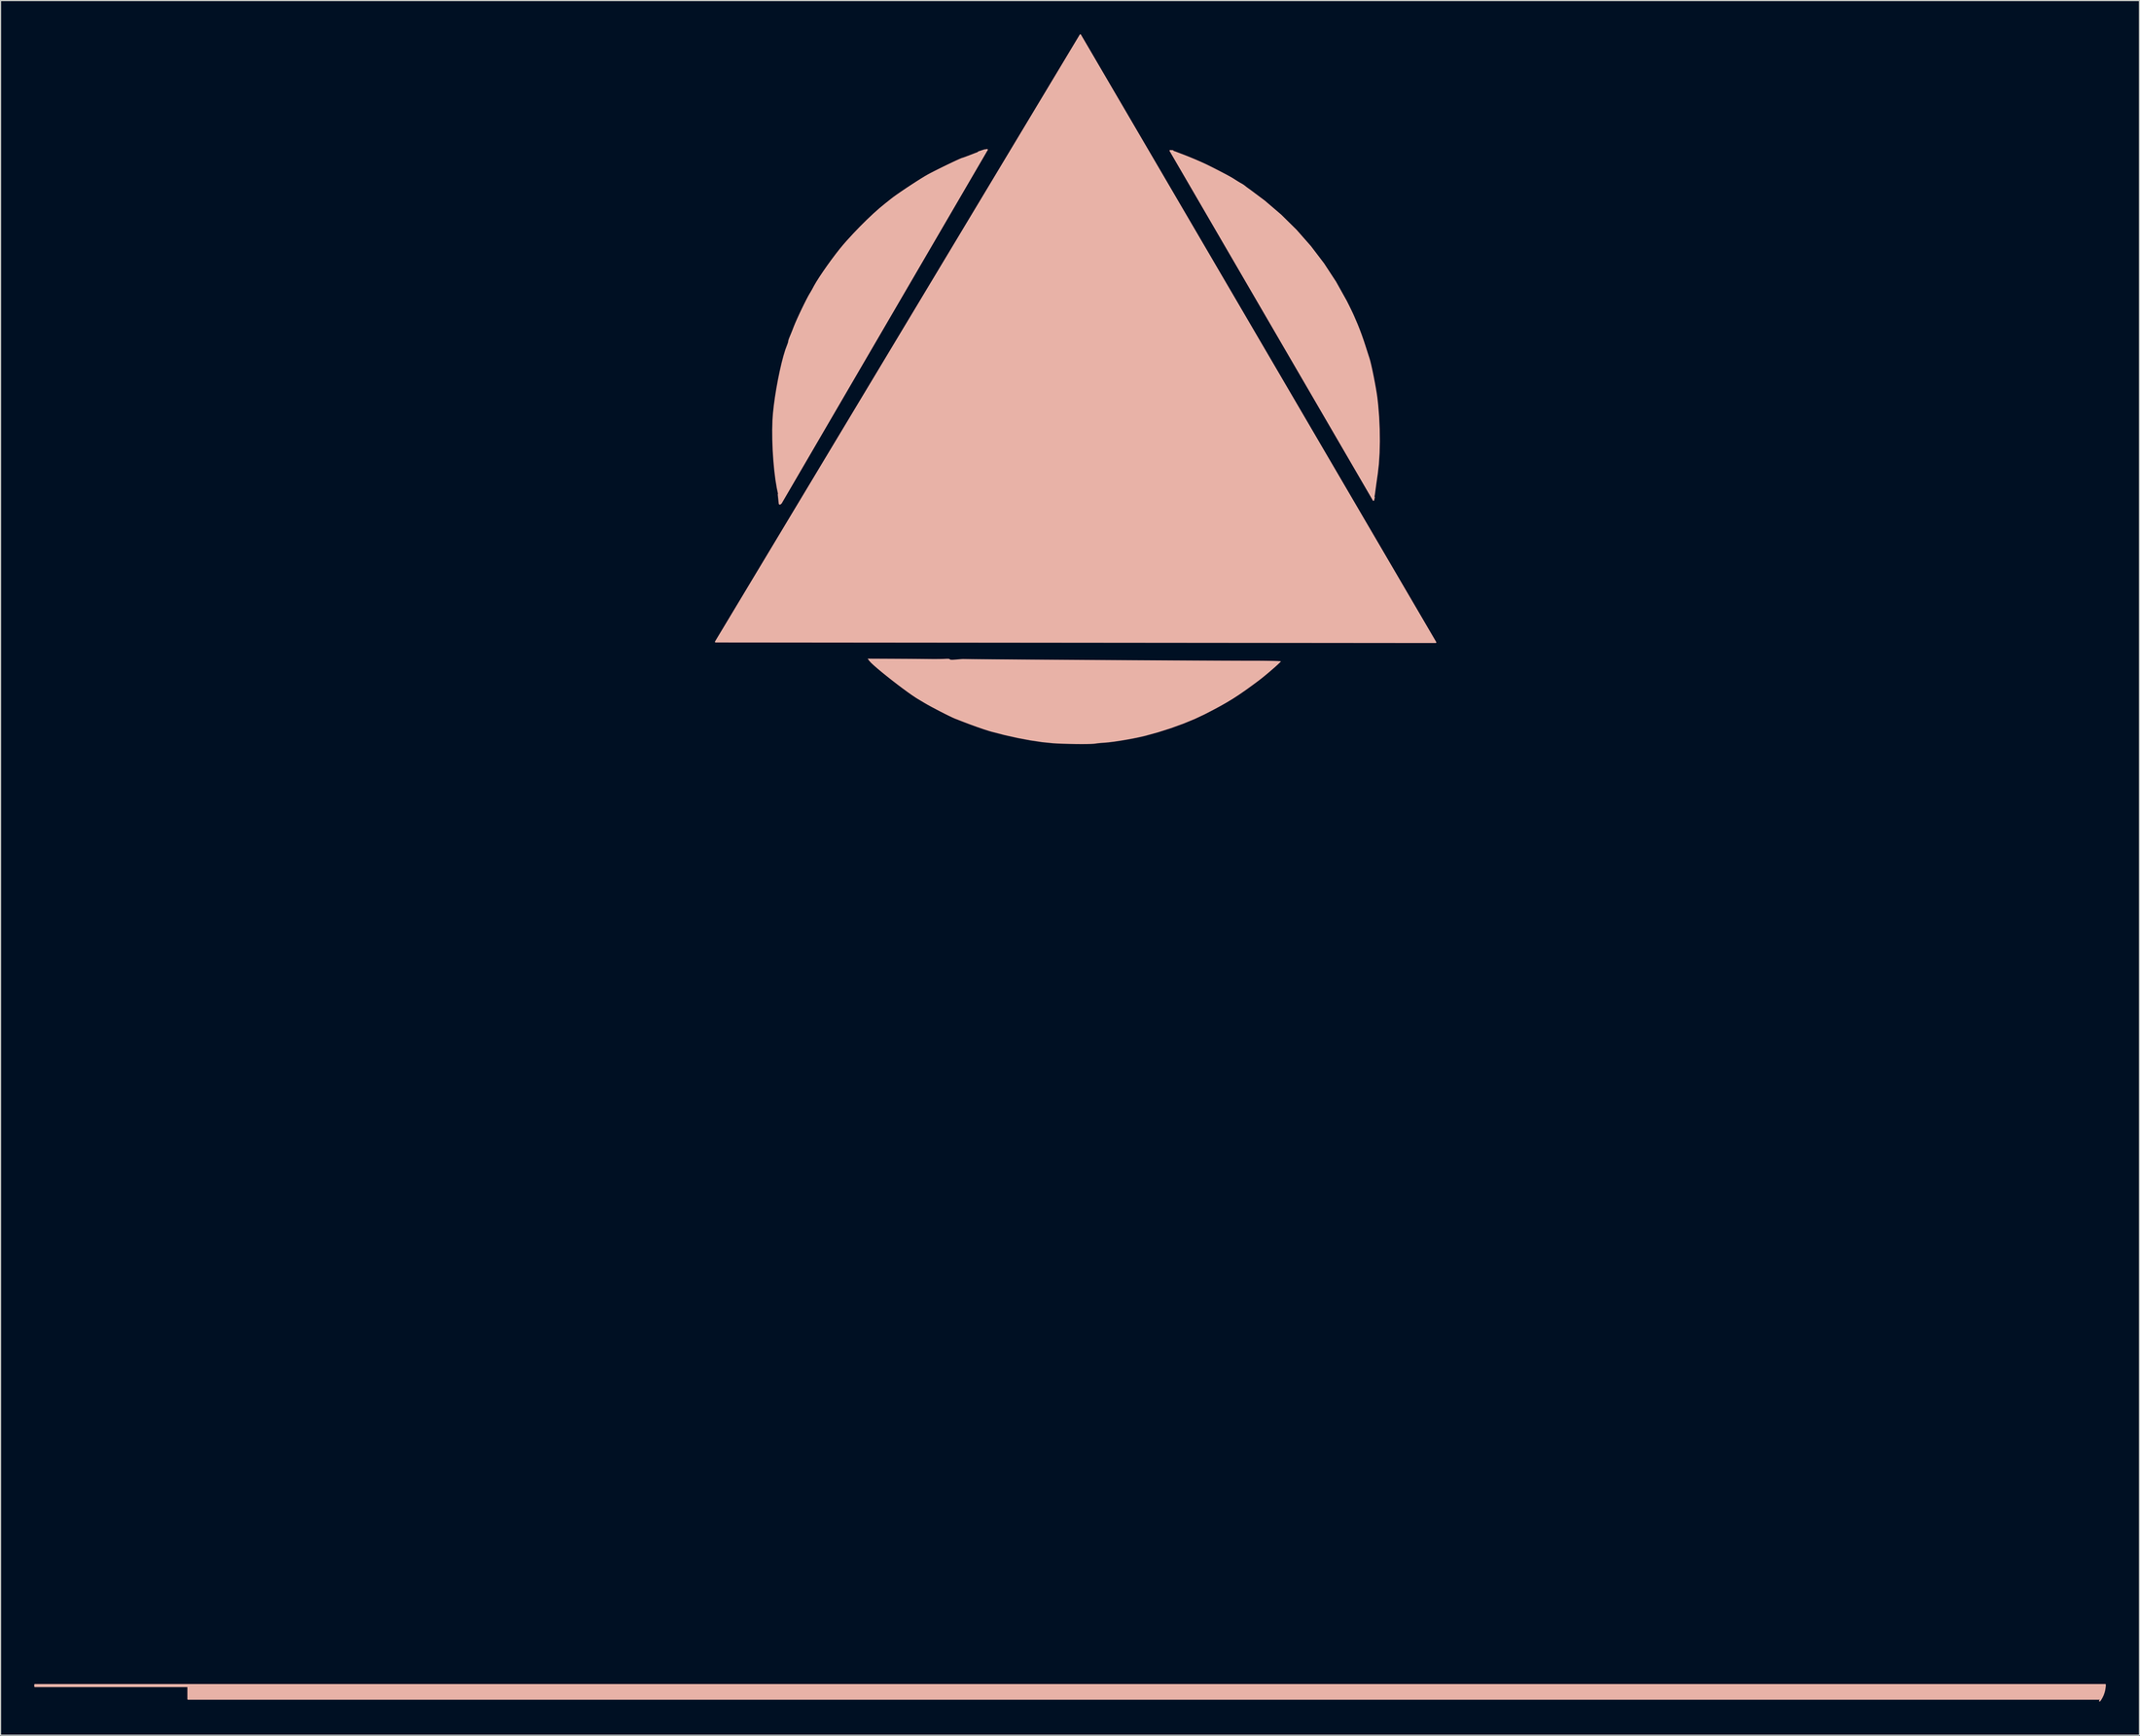
<source format=kicad_pcb>
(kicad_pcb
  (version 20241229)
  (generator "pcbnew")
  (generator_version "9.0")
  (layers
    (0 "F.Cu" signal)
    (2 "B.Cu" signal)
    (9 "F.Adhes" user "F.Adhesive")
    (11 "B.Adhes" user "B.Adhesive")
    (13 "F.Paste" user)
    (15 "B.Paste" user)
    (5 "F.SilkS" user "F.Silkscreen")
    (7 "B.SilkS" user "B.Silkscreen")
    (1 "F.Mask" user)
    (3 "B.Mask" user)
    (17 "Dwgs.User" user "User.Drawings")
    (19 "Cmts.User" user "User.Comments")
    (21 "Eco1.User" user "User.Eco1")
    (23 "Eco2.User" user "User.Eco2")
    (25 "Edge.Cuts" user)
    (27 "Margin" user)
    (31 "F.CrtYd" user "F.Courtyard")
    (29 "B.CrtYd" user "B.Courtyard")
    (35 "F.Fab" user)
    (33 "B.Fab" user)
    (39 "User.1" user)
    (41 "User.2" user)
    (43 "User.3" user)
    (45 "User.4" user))
  (footprint "Eye 2"
    (layer "F.Cu")
    (at 92.758 32.74)
    (property "Reference" "Eye 2" (at 0 0 0) (layer "B.SilkS") (effects (font (size 1.524 1.524) (thickness 0.3)) (justify mirror)))
    (attr board_only exclude_from_pos_files exclude_from_bom)
    (fp_rect (start 91.27 114.45) (end -79.06 115.58) (stroke (width 0.12) (type solid)) (fill yes) (layer "B.SilkS"))
    (fp_rect (start 91.36 114.9) (end 91.28 115.4) (stroke (width 0.12) (type solid)) (fill no) (layer "B.SilkS"))
    (fp_rect (start 91.47 115.03) (end 91.38 115.21) (stroke (width 0.12) (type solid)) (fill no) (layer "B.SilkS"))
    (fp_rect (start 91.55 114.71) (end 91.38 114.76) (stroke (width 0.12) (type solid)) (fill no) (layer "B.SilkS"))
    (fp_rect (start 91.55 114.88) (end 91.41 114.98) (stroke (width 0.12) (type solid)) (fill no) (layer "B.SilkS"))
    (fp_rect (start 91.59 114.68) (end 91.3 114.85) (stroke (width 0.12) (type solid)) (fill no) (layer "B.SilkS"))
    (fp_rect (start 91.63 114.5) (end 91.23 114.65) (stroke (width 0.12) (type solid)) (fill yes) (layer "B.SilkS"))
    (fp_rect (start 91.66 114.3) (end -92.698 114.455) (stroke (width 0.12) (type solid)) (fill yes) (layer "B.SilkS"))
    (fp_arc (start 91.658876 114.3) (mid 91.536018 115.058769) (end 91.18 115.74) (stroke (width 0.12) (type solid)) (layer "B.SilkS"))
    (fp_poly (pts (xy 0.402 -32.68) (xy -32.08 21.39) (xy 32.044 21.438)) (stroke (width 0.12) (type solid)) (fill yes) (layer "B.SilkS"))
    (fp_poly (pts (xy -17.216 -7.02) (xy -17.18 -6.985) (xy -17.145 -7.02) (xy -17.18 -7.056)) (stroke (width 0) (type solid)) (fill yes) (layer "B.SilkS"))
    (fp_poly (pts (xy -13.547 10.76) (xy -13.511 10.795) (xy -13.476 10.76) (xy -13.511 10.724)) (stroke (width 0) (type solid)) (fill yes) (layer "B.SilkS"))
    (fp_poly (pts (xy 26.566 8.528) (xy 26.506 8.772) (xy 8.4 -22.364) (xy 8.64 -22.35)) (stroke (width 0.12) (type solid)) (fill yes) (layer "B.SilkS"))
    (fp_poly (pts (xy -8.152 -22.414) (xy -7.898 -22.452) (xy -26.244 9.026) (xy -26.352 9.114) (xy -26.398 9.09) (xy -26.486 8.258) (xy -8.662 -22.244)) (stroke (width 0.12) (type solid)) (fill yes) (layer "B.SilkS"))
    (fp_poly (pts (xy -13.664 10.485) (xy -13.652 10.513) (xy -13.589 10.58) (xy -13.578 10.583) (xy -13.547 10.529) (xy -13.547 10.513) (xy -13.601 10.445) (xy -13.621 10.442)) (stroke (width 0) (type solid)) (fill yes) (layer "B.SilkS"))
    (fp_poly (pts (xy 27.084 13.613) (xy 26.998 13.736) (xy 26.894 13.967) (xy 26.884 13.992) (xy 26.437 15.058) (xy 25.901 16.177) (xy 25.293 17.315) (xy 24.635 18.437) (xy 23.946 19.508) (xy 23.246 20.492) (xy 23.108 20.673) (xy 22.961 20.868) (xy 22.843 21.029) (xy 22.798 21.096) (xy 22.797 21.118) (xy 22.829 21.137) (xy 22.904 21.153) (xy 23.032 21.166) (xy 23.223 21.177) (xy 23.488 21.185) (xy 23.836 21.191) (xy 24.276 21.196) (xy 24.82 21.199) (xy 25.477 21.201) (xy 26.256 21.202) (xy 26.994 21.202) (xy 27.77 21.202) (xy 28.498 21.199) (xy 29.166 21.194) (xy 29.761 21.188) (xy 30.274 21.181) (xy 30.691 21.172) (xy 31.002 21.163) (xy 31.194 21.152) (xy 31.256 21.141) (xy 31.223 21.041) (xy 31.138 20.861) (xy 31.021 20.64) (xy 30.896 20.418) (xy 30.782 20.236) (xy 30.747 20.187) (xy 30.655 20.032) (xy 30.621 19.918) (xy 30.581 19.799) (xy 30.483 19.633) (xy 30.453 19.592) (xy 30.353 19.443) (xy 30.204 19.204) (xy 30.028 18.907) (xy 29.846 18.591) (xy 29.663 18.269) (xy 29.492 17.968) (xy 29.352 17.723) (xy 29.264 17.568) (xy 28.798 16.754) (xy 28.399 16.054) (xy 28.064 15.461) (xy 27.789 14.969) (xy 27.569 14.568) (xy 27.401 14.254) (xy 27.281 14.018) (xy 27.205 13.852) (xy 27.168 13.751) (xy 27.164 13.721) (xy 27.142 13.605)) (stroke (width 0) (type solid)) (fill yes) (layer "B.SilkS"))
    (fp_poly (pts (xy -9.569 -2.81) (xy -9.908 -2.661) (xy -9.95 -2.641) (xy -10.487 -2.36) (xy -10.993 -2.039) (xy -11.481 -1.667) (xy -11.962 -1.231) (xy -12.451 -0.719) (xy -12.959 -0.117) (xy -13.5 0.586) (xy -14.086 1.404) (xy -14.146 1.491) (xy -14.355 1.783) (xy -14.58 2.085) (xy -14.777 2.337) (xy -14.799 2.365) (xy -14.981 2.595) (xy -15.073 2.736) (xy -15.077 2.803) (xy -15 2.81) (xy -14.931 2.795) (xy -14.754 2.801) (xy -14.68 2.853) (xy -14.561 2.927) (xy -14.367 2.989) (xy -14.301 3.002) (xy -14.074 3.052) (xy -13.785 3.133) (xy -13.547 3.21) (xy -13.227 3.305) (xy -12.856 3.395) (xy -12.559 3.452) (xy -12.268 3.503) (xy -12.005 3.559) (xy -11.824 3.608) (xy -11.818 3.61) (xy -11.588 3.674) (xy -11.395 3.706) (xy -11.236 3.724) (xy -10.979 3.759) (xy -10.664 3.804) (xy -10.442 3.837) (xy -10.202 3.868) (xy -9.862 3.907) (xy -9.451 3.95) (xy -8.996 3.994) (xy -8.522 4.038) (xy -8.059 4.079) (xy -7.632 4.115) (xy -7.269 4.142) (xy -6.997 4.159) (xy -6.862 4.163) (xy -6.78 4.118) (xy -6.773 4.092) (xy -6.83 4.028) (xy -6.872 4.022) (xy -7.023 3.981) (xy -7.253 3.873) (xy -7.527 3.717) (xy -7.813 3.532) (xy -8.077 3.337) (xy -8.161 3.268) (xy -8.59 2.832) (xy -8.993 2.292) (xy -9.349 1.685) (xy -9.634 1.048) (xy -9.78 0.6) (xy -9.831 0.336) (xy -9.87 -0.013) (xy -9.894 -0.404) (xy -9.902 -0.792) (xy -9.893 -1.134) (xy -9.864 -1.386) (xy -9.858 -1.411) (xy -9.789 -1.656) (xy -9.699 -1.925) (xy -9.611 -2.151) (xy -9.586 -2.204) (xy -9.534 -2.344) (xy -9.525 -2.401) (xy -9.481 -2.502) (xy -9.384 -2.627) (xy -9.254 -2.79) (xy -9.242 -2.874) (xy -9.347 -2.881)) (stroke (width 0) (type solid)) (fill yes) (layer "B.SilkS"))
    (fp_poly (pts (xy 0.333 -32.396) (xy 0.214 -32.24) (xy 0.056 -32.012) (xy -0.125 -31.736) (xy -0.314 -31.435) (xy -0.493 -31.134) (xy -0.648 -30.859) (xy -0.661 -30.835) (xy -0.777 -30.631) (xy -0.929 -30.38) (xy -1.022 -30.233) (xy -1.114 -30.087) (xy -1.264 -29.844) (xy -1.458 -29.528) (xy -1.681 -29.162) (xy -1.919 -28.77) (xy -2.157 -28.377) (xy -2.381 -28.006) (xy -2.577 -27.68) (xy -2.73 -27.424) (xy -2.789 -27.323) (xy -2.864 -27.204) (xy -2.991 -27.009) (xy -3.142 -26.783) (xy -3.309 -26.529) (xy -3.465 -26.281) (xy -3.566 -26.112) (xy -3.694 -25.885) (xy -3.839 -25.629) (xy -3.878 -25.56) (xy -3.983 -25.34) (xy -3.991 -25.222) (xy -3.901 -25.202) (xy -3.772 -25.247) (xy -3.557 -25.312) (xy -3.395 -25.329) (xy -3.238 -25.342) (xy -3.159 -25.369) (xy -3.066 -25.394) (xy -2.851 -25.418) (xy -2.533 -25.439) (xy -2.133 -25.457) (xy -1.67 -25.473) (xy -1.163 -25.485) (xy -0.631 -25.494) (xy -0.095 -25.499) (xy 0.427 -25.5) (xy 0.915 -25.496) (xy 1.35 -25.487) (xy 1.712 -25.473) (xy 1.92 -25.459) (xy 2.299 -25.427) (xy 2.681 -25.398) (xy 3.012 -25.375) (xy 3.175 -25.365) (xy 3.609 -25.331) (xy 3.979 -25.283) (xy 4.257 -25.226) (xy 4.388 -25.179) (xy 4.51 -25.157) (xy 4.549 -25.186) (xy 4.546 -25.297) (xy 4.472 -25.486) (xy 4.343 -25.72) (xy 4.2 -25.929) (xy 4.07 -26.125) (xy 3.881 -26.437) (xy 3.641 -26.855) (xy 3.354 -27.369) (xy 3.138 -27.764) (xy 2.965 -28.073) (xy 2.775 -28.4) (xy 2.617 -28.662) (xy 2.434 -28.953) (xy 2.231 -29.278) (xy 2.103 -29.482) (xy 1.936 -29.759) (xy 1.744 -30.091) (xy 1.569 -30.408) (xy 1.563 -30.419) (xy 1.385 -30.743) (xy 1.178 -31.115) (xy 0.984 -31.458) (xy 0.966 -31.489) (xy 0.812 -31.763) (xy 0.676 -32.016) (xy 0.582 -32.205) (xy 0.563 -32.247) (xy 0.481 -32.391) (xy 0.4 -32.453) (xy 0.397 -32.453)) (stroke (width 0) (type solid)) (fill yes) (layer "B.SilkS"))
    (fp_poly (pts (xy -26.961 13.782) (xy -26.976 13.807) (xy -27.052 13.928) (xy -27.087 13.97) (xy -27.166 14.069) (xy -27.29 14.274) (xy -27.467 14.596) (xy -27.51 14.676) (xy -27.644 14.91) (xy -27.776 15.112) (xy -27.854 15.21) (xy -27.97 15.364) (xy -28.097 15.579) (xy -28.142 15.669) (xy -28.265 15.908) (xy -28.394 16.132) (xy -28.433 16.192) (xy -28.542 16.365) (xy -28.618 16.502) (xy -28.621 16.51) (xy -28.684 16.626) (xy -28.798 16.823) (xy -28.942 17.065) (xy -29.094 17.312) (xy -29.192 17.467) (xy -29.278 17.608) (xy -29.397 17.813) (xy -29.458 17.921) (xy -29.594 18.156) (xy -29.727 18.378) (xy -29.772 18.45) (xy -29.863 18.595) (xy -29.953 18.746) (xy -30.06 18.935) (xy -30.202 19.195) (xy -30.334 19.438) (xy -30.483 19.709) (xy -30.635 19.977) (xy -30.733 20.144) (xy -30.929 20.493) (xy -31.066 20.787) (xy -31.126 20.973) (xy -31.125 21) (xy -31.103 21.023) (xy -31.049 21.042) (xy -30.954 21.058) (xy -30.806 21.072) (xy -30.594 21.083) (xy -30.308 21.093) (xy -29.937 21.102) (xy -29.47 21.109) (xy -28.897 21.117) (xy -28.207 21.124) (xy -27.389 21.132) (xy -27.164 21.134) (xy -26.419 21.141) (xy -25.709 21.149) (xy -25.05 21.157) (xy -24.454 21.166) (xy -23.935 21.175) (xy -23.507 21.184) (xy -23.183 21.192) (xy -22.978 21.2) (xy -22.913 21.204) (xy -22.744 21.212) (xy -22.653 21.189) (xy -22.648 21.178) (xy -22.688 21.097) (xy -22.794 20.934) (xy -22.947 20.719) (xy -23.012 20.63) (xy -23.196 20.38) (xy -23.4 20.098) (xy -23.606 19.807) (xy -23.798 19.532) (xy -23.961 19.294) (xy -24.076 19.119) (xy -24.129 19.03) (xy -24.13 19.025) (xy -24.166 18.958) (xy -24.262 18.802) (xy -24.401 18.585) (xy -24.471 18.478) (xy -24.813 17.923) (xy -25.187 17.263) (xy -25.579 16.525) (xy -25.974 15.737) (xy -26.359 14.927) (xy -26.718 14.123) (xy -26.777 13.984) (xy -26.859 13.807) (xy -26.914 13.746)) (stroke (width 0) (type solid)) (fill yes) (layer "B.SilkS"))
    (fp_poly (pts (xy -0.841 -3.143) (xy -0.838 -3.069) (xy -0.782 -2.903) (xy -0.684 -2.679) (xy -0.665 -2.639) (xy -0.451 -2.136) (xy -0.311 -1.638) (xy -0.232 -1.097) (xy -0.207 -0.477) (xy -0.216 -0.014) (xy -0.249 0.36) (xy -0.313 0.698) (xy -0.352 0.847) (xy -0.455 1.17) (xy -0.586 1.515) (xy -0.727 1.841) (xy -0.859 2.103) (xy -0.934 2.223) (xy -1.238 2.618) (xy -1.494 2.918) (xy -1.728 3.15) (xy -1.924 3.311) (xy -2.141 3.481) (xy -2.333 3.637) (xy -2.437 3.73) (xy -2.618 3.856) (xy -2.772 3.918) (xy -2.911 3.973) (xy -2.963 4.029) (xy -2.938 4.081) (xy -2.841 4.071) (xy -2.685 4.014) (xy -2.506 3.965) (xy -2.268 3.926) (xy -2.191 3.918) (xy -1.911 3.886) (xy -1.565 3.835) (xy -1.195 3.774) (xy -0.844 3.708) (xy -0.558 3.647) (xy -0.41 3.608) (xy -0.227 3.559) (xy 0.04 3.496) (xy 0.341 3.431) (xy 0.388 3.421) (xy 0.668 3.36) (xy 0.905 3.299) (xy 1.055 3.25) (xy 1.074 3.242) (xy 1.221 3.182) (xy 1.427 3.119) (xy 1.462 3.11) (xy 1.652 3.055) (xy 1.924 2.966) (xy 2.23 2.859) (xy 2.328 2.823) (xy 2.619 2.717) (xy 2.878 2.624) (xy 3.063 2.56) (xy 3.105 2.546) (xy 3.383 2.437) (xy 3.739 2.27) (xy 4.145 2.06) (xy 4.362 1.94) (xy -0.635 1.94) (xy -0.67 1.976) (xy -0.706 1.94) (xy -0.67 1.905) (xy -0.635 1.94) (xy 4.362 1.94) (xy 4.576 1.822) (xy 5.005 1.57) (xy 5.407 1.322) (xy 5.754 1.091) (xy 6.022 0.893) (xy 6.159 0.769) (xy 6.319 0.625) (xy 6.459 0.521) (xy 6.584 0.411) (xy 6.632 0.32) (xy 6.58 0.232) (xy 6.439 0.079) (xy 6.233 -0.12) (xy 5.985 -0.343) (xy 5.719 -0.571) (xy 5.458 -0.784) (xy 5.226 -0.961) (xy 5.046 -1.083) (xy 4.942 -1.129) (xy 4.942 -1.129) (xy 4.871 -1.182) (xy 4.868 -1.202) (xy 4.811 -1.285) (xy 4.745 -1.322) (xy 4.614 -1.389) (xy 4.425 -1.503) (xy 4.339 -1.56) (xy 3.952 -1.786) (xy 3.457 -2.024) (xy 2.887 -2.261) (xy 2.273 -2.486) (xy 1.646 -2.686) (xy 1.04 -2.851) (xy 0.494 -2.966) (xy -0.031 -3.055) (xy -0.422 -3.115) (xy -0.684 -3.146) (xy -0.821 -3.149)) (stroke (width 0) (type solid)) (fill yes) (layer "B.SilkS"))
    (fp_poly (pts (xy -18.369 23.114) (xy -18.223 23.273) (xy -17.979 23.5) (xy -17.655 23.782) (xy -17.269 24.104) (xy -16.836 24.454) (xy -16.376 24.818) (xy -15.904 25.182) (xy -15.439 25.533) (xy -14.999 25.856) (xy -14.599 26.139) (xy -14.258 26.368) (xy -14.076 26.481) (xy -13.829 26.628) (xy -13.617 26.754) (xy -13.481 26.836) (xy -13.464 26.846) (xy -13.217 26.989) (xy -12.886 27.171) (xy -12.5 27.376) (xy -12.09 27.59) (xy -11.684 27.797) (xy -11.313 27.982) (xy -11.005 28.13) (xy -10.791 28.225) (xy -10.786 28.227) (xy -10.096 28.498) (xy -9.421 28.754) (xy -8.786 28.984) (xy -8.217 29.18) (xy -7.737 29.334) (xy -7.514 29.398) (xy -6.331 29.704) (xy -5.169 29.963) (xy -4.053 30.173) (xy -3.004 30.329) (xy -2.048 30.426) (xy -1.693 30.448) (xy -1.138 30.471) (xy -0.573 30.487) (xy -0.02 30.498) (xy 0.497 30.502) (xy 0.955 30.499) (xy 1.331 30.49) (xy 1.603 30.475) (xy 1.706 30.462) (xy 1.935 30.431) (xy 2.238 30.401) (xy 2.54 30.38) (xy 2.922 30.346) (xy 3.406 30.286) (xy 3.958 30.203) (xy 4.543 30.105) (xy 5.126 29.997) (xy 5.674 29.884) (xy 6.151 29.774) (xy 6.174 29.768) (xy 7.329 29.449) (xy 8.473 29.085) (xy 9.574 28.685) (xy 10.598 28.263) (xy 11.501 27.836) (xy 12.239 27.454) (xy 12.884 27.107) (xy 13.464 26.776) (xy 14.011 26.444) (xy 14.553 26.09) (xy 15.122 25.697) (xy 15.747 25.245) (xy 16.244 24.876) (xy 16.497 24.681) (xy 16.79 24.445) (xy 17.102 24.186) (xy 17.413 23.92) (xy 17.704 23.667) (xy 17.953 23.442) (xy 18.141 23.264) (xy 18.247 23.151) (xy 18.262 23.128) (xy 18.2 23.115) (xy 18.011 23.104) (xy 17.712 23.093) (xy 17.316 23.085) (xy 16.84 23.079) (xy 16.298 23.075) (xy 15.705 23.074) (xy 15.581 23.074) (xy 15.18 23.074) (xy 14.666 23.073) (xy 14.048 23.071) (xy 13.334 23.069) (xy 12.534 23.066) (xy 11.655 23.062) (xy 10.708 23.058) (xy 9.7 23.053) (xy 8.64 23.048) (xy 7.538 23.042) (xy 6.401 23.036) (xy 5.239 23.03) (xy 4.06 23.023) (xy 2.874 23.016) (xy 1.689 23.009) (xy 0.513 23.002) (xy -0.645 22.995) (xy -1.775 22.988) (xy -2.869 22.981) (xy -3.918 22.974) (xy -4.914 22.967) (xy -5.847 22.96) (xy -6.709 22.954) (xy -7.492 22.948) (xy -8.186 22.942) (xy -8.782 22.937) (xy -9.273 22.932) (xy -9.648 22.927) (xy -9.9 22.924) (xy -10.019 22.921) (xy -10.137 22.924) (xy -10.352 22.94) (xy -10.622 22.964) (xy -10.672 22.968) (xy -10.989 22.99) (xy -11.17 22.981) (xy -11.218 22.948) (xy -11.284 22.908) (xy -11.467 22.898) (xy -11.589 22.905) (xy -11.797 22.915) (xy -12.108 22.921) (xy -12.483 22.924) (xy -12.885 22.923) (xy -12.982 22.922) (xy -13.318 22.919) (xy -13.767 22.915) (xy -14.3 22.911) (xy -14.89 22.907) (xy -15.507 22.904) (xy -16.123 22.901) (xy -16.272 22.9) (xy -18.54 22.891)) (stroke (width 0) (type solid)) (fill yes) (layer "B.SilkS"))
    (fp_poly (pts (xy -20.766 3.881) (xy -21.045 3.889) (xy -21.218 3.904) (xy -21.262 3.916) (xy -21.346 4.016) (xy -21.46 4.198) (xy -21.538 4.342) (xy -21.644 4.542) (xy -21.802 4.825) (xy -21.989 5.155) (xy -22.186 5.495) (xy -22.193 5.506) (xy -22.389 5.841) (xy -22.576 6.163) (xy -22.734 6.436) (xy -22.843 6.626) (xy -22.846 6.632) (xy -22.95 6.814) (xy -23.104 7.083) (xy -23.29 7.406) (xy -23.488 7.747) (xy -23.517 7.796) (xy -23.709 8.128) (xy -23.886 8.437) (xy -24.031 8.691) (xy -24.126 8.86) (xy -24.137 8.881) (xy -24.248 9.071) (xy -24.352 9.221) (xy -24.363 9.234) (xy -24.466 9.387) (xy -24.504 9.469) (xy -24.553 9.57) (xy -24.659 9.769) (xy -24.809 10.04) (xy -24.989 10.359) (xy -25.079 10.516) (xy -25.265 10.845) (xy -25.422 11.134) (xy -25.539 11.359) (xy -25.603 11.498) (xy -25.612 11.527) (xy -25.587 11.635) (xy -25.52 11.846) (xy -25.42 12.133) (xy -25.299 12.468) (xy -25.166 12.824) (xy -25.031 13.173) (xy -24.905 13.487) (xy -24.799 13.739) (xy -24.736 13.874) (xy -24.637 14.079) (xy -24.571 14.229) (xy -24.553 14.283) (xy -24.523 14.368) (xy -24.439 14.555) (xy -24.313 14.822) (xy -24.156 15.146) (xy -23.979 15.506) (xy -23.793 15.877) (xy -23.611 16.237) (xy -23.442 16.565) (xy -23.298 16.836) (xy -23.244 16.933) (xy -22.954 17.435) (xy -22.636 17.954) (xy -22.299 18.479) (xy -21.953 18.995) (xy -21.608 19.489) (xy -21.272 19.949) (xy -20.957 20.361) (xy -20.672 20.712) (xy -20.425 20.989) (xy -20.228 21.179) (xy -20.09 21.268) (xy -20.044 21.271) (xy -19.953 21.262) (xy -19.735 21.255) (xy -19.406 21.249) (xy -18.981 21.243) (xy -18.474 21.239) (xy -17.9 21.236) (xy -17.274 21.233) (xy -16.611 21.232) (xy -15.926 21.232) (xy -15.234 21.232) (xy -14.549 21.234) (xy -13.886 21.236) (xy -13.261 21.24) (xy -12.687 21.244) (xy -12.181 21.249) (xy -11.756 21.255) (xy -11.428 21.262) (xy -11.212 21.27) (xy -11.122 21.279) (xy -11.003 21.265) (xy -10.963 21.206) (xy -10.951 21.077) (xy -10.961 20.815) (xy -10.992 20.426) (xy -11.044 19.914) (xy -11.116 19.286) (xy -11.158 18.944) (xy -11.197 18.671) (xy -11.254 18.325) (xy -11.324 17.934) (xy -11.402 17.525) (xy -11.481 17.125) (xy -11.557 16.76) (xy -11.625 16.459) (xy -11.678 16.248) (xy -11.707 16.161) (xy -11.752 16.026) (xy -11.798 15.818) (xy -11.811 15.739) (xy -11.883 15.406) (xy -12.007 14.971) (xy -12.175 14.461) (xy -12.376 13.901) (xy -12.603 13.317) (xy -12.844 12.733) (xy -13.091 12.176) (xy -13.268 11.802) (xy -13.46 11.407) (xy -13.628 11.05) (xy -13.764 10.752) (xy -13.857 10.535) (xy -13.898 10.42) (xy -13.899 10.411) (xy -13.833 10.279) (xy -13.651 10.166) (xy -13.377 10.085) (xy -13.253 10.065) (xy -12.812 9.947) (xy -12.445 9.709) (xy -12.261 9.515) (xy -12.156 9.365) (xy -12.083 9.195) (xy -12.028 8.966) (xy -11.979 8.638) (xy -11.977 8.619) (xy -11.937 8.096) (xy -11.968 7.631) (xy -12.076 7.175) (xy -12.272 6.681) (xy -12.352 6.51) (xy -12.518 6.194) (xy -12.679 5.953) (xy -12.877 5.736) (xy -13.144 5.498) (xy -13.519 5.218) (xy -13.966 4.942) (xy -14.44 4.694) (xy -14.895 4.498) (xy -15.24 4.388) (xy -15.736 4.268) (xy -16.13 4.179) (xy -16.455 4.112) (xy -16.747 4.06) (xy -17.039 4.017) (xy -17.044 4.016) (xy -17.306 3.989) (xy -17.656 3.963) (xy -18.073 3.94) (xy -18.535 3.92) (xy -19.021 3.903) (xy -19.508 3.89) (xy -19.976 3.882) (xy -20.403 3.878)) (stroke (width 0) (type solid)) (fill yes) (layer "B.SilkS"))
    (fp_poly (pts (xy -8.485 6.84) (xy -8.495 7.028) (xy -8.504 7.314) (xy -8.512 7.678) (xy -8.518 8.1) (xy -8.519 8.202) (xy -8.531 8.986) (xy -8.553 9.634) (xy -8.587 10.149) (xy -8.633 10.537) (xy -8.691 10.801) (xy -8.761 10.947) (xy -8.789 10.97) (xy -9.117 11.229) (xy -9.415 11.599) (xy -9.664 12.049) (xy -9.85 12.552) (xy -9.951 13.036) (xy -9.972 13.353) (xy -9.974 13.77) (xy -9.958 14.249) (xy -9.926 14.751) (xy -9.88 15.237) (xy -9.822 15.668) (xy -9.811 15.73) (xy -9.696 16.494) (xy -9.601 17.321) (xy -9.529 18.168) (xy -9.484 18.99) (xy -9.468 19.743) (xy -9.473 20.091) (xy -9.485 20.533) (xy -9.49 20.853) (xy -9.486 21.071) (xy -9.474 21.207) (xy -9.45 21.278) (xy -9.414 21.305) (xy -9.387 21.308) (xy -9.265 21.291) (xy -9.233 21.274) (xy -9.16 21.271) (xy -8.953 21.268) (xy -8.617 21.264) (xy -8.161 21.261) (xy -7.589 21.258) (xy -6.909 21.255) (xy -6.128 21.252) (xy -5.251 21.249) (xy -4.286 21.246) (xy -3.239 21.244) (xy -2.116 21.242) (xy -0.925 21.239) (xy 0.329 21.237) (xy 1.638 21.236) (xy 2.997 21.234) (xy 4.398 21.233) (xy 5.48 21.232) (xy 20.16 21.224) (xy 20.787 20.48) (xy 21.072 20.14) (xy 21.3 19.86) (xy 21.499 19.604) (xy 21.698 19.334) (xy 21.925 19.013) (xy 22.148 18.69) (xy 22.333 18.428) (xy 22.518 18.171) (xy 22.664 17.976) (xy 22.666 17.974) (xy 22.783 17.807) (xy 22.804 17.725) (xy 22.765 17.709) (xy 22.627 17.756) (xy 22.561 17.807) (xy 22.409 17.921) (xy 22.193 18.041) (xy 21.966 18.143) (xy 21.783 18.199) (xy 21.741 18.203) (xy 21.61 18.248) (xy 21.567 18.302) (xy 21.481 18.374) (xy 21.304 18.447) (xy 21.189 18.478) (xy 20.946 18.537) (xy 20.634 18.616) (xy 20.321 18.699) (xy 20.32 18.699) (xy 20.084 18.761) (xy 19.854 18.813) (xy 19.597 18.862) (xy 19.282 18.913) (xy 18.877 18.973) (xy 18.591 19.013) (xy 18.32 19.037) (xy 17.961 19.051) (xy 17.535 19.054) (xy 17.065 19.048) (xy 16.573 19.034) (xy 16.08 19.012) (xy 15.609 18.985) (xy 15.182 18.953) (xy 14.82 18.916) (xy 14.545 18.876) (xy 14.38 18.835) (xy 14.347 18.816) (xy 14.258 18.809) (xy 14.183 18.837) (xy 14.016 18.853) (xy 13.928 18.809) (xy 13.776 18.74) (xy 13.556 18.68) (xy 13.476 18.665) (xy 13.135 18.601) (xy 12.715 18.506) (xy 12.254 18.39) (xy 11.79 18.263) (xy 11.362 18.137) (xy 11.009 18.02) (xy 10.83 17.952) (xy 10.625 17.877) (xy 10.373 17.8) (xy 10.301 17.78) (xy 10.099 17.722) (xy 9.896 17.653) (xy 9.651 17.555) (xy 9.323 17.414) (xy 9.278 17.394) (xy 9.126 17.33) (xy 8.881 17.228) (xy 8.578 17.105) (xy 8.326 17.003) (xy 7.642 16.722) (xy 7.082 16.481) (xy 6.649 16.281) (xy 6.407 16.158) (xy 6.225 16.069) (xy 6.091 16.02) (xy 6.067 16.016) (xy 5.964 15.977) (xy 5.806 15.879) (xy 5.763 15.847) (xy 5.607 15.745) (xy 5.362 15.601) (xy 5.065 15.437) (xy 4.833 15.315) (xy 4.498 15.138) (xy 4.163 14.955) (xy 3.876 14.791) (xy 3.739 14.71) (xy 3.48 14.553) (xy 3.219 14.405) (xy 3.069 14.326) (xy 2.871 14.222) (xy 2.714 14.135) (xy 2.681 14.115) (xy 2.478 13.988) (xy 2.232 13.841) (xy 1.974 13.692) (xy 1.735 13.558) (xy 1.547 13.458) (xy 1.44 13.408) (xy 1.429 13.406) (xy 1.337 13.362) (xy 1.224 13.272) (xy 1.061 13.144) (xy 0.862 13.015) (xy 0.848 13.007) (xy 0.598 12.864) (xy 0.436 12.768) (xy 0.329 12.696) (xy 0.242 12.626) (xy 0.23 12.615) (xy 0.101 12.518) (xy 0.033 12.48) (xy -0.049 12.432) (xy -0.224 12.32) (xy -0.47 12.158) (xy -0.762 11.961) (xy -0.869 11.889) (xy -1.177 11.679) (xy -1.452 11.495) (xy -1.667 11.351) (xy -1.799 11.266) (xy -1.819 11.254) (xy -1.951 11.168) (xy -2.132 11.04) (xy -2.187 11) (xy -2.405 10.85) (xy -2.66 10.688) (xy -2.753 10.632) (xy -2.968 10.499) (xy -3.151 10.37) (xy -3.211 10.319) (xy -3.36 10.203) (xy -3.564 10.066) (xy -3.634 10.023) (xy -4.161 9.699) (xy -4.679 9.351) (xy -5.237 8.948) (xy -5.384 8.839) (xy -5.667 8.631) (xy -5.923 8.452) (xy -6.125 8.32) (xy -6.241 8.256) (xy -6.398 8.171) (xy -6.588 8.033) (xy -6.642 7.988) (xy -6.806 7.863) (xy -7.053 7.695) (xy -7.343 7.511) (xy -7.514 7.408) (xy -7.796 7.237) (xy -8.046 7.079) (xy -8.228 6.955) (xy -8.295 6.903) (xy -8.412 6.808) (xy -8.474 6.773)) (stroke (width 0) (type solid)) (fill yes) (layer "B.SilkS"))
    (fp_poly (pts (xy -1.764 -23.673) (xy -2.941 -23.561) (xy -4.173 -23.388) (xy -4.47 -23.339) (xy -4.849 -23.272) (xy -5.112 -23.217) (xy -5.281 -23.167) (xy -5.378 -23.114) (xy -5.427 -23.053) (xy -5.433 -23.04) (xy -5.507 -22.893) (xy -5.626 -22.697) (xy -5.673 -22.628) (xy -5.782 -22.46) (xy -5.848 -22.343) (xy -5.856 -22.319) (xy -5.89 -22.245) (xy -5.981 -22.08) (xy -6.112 -21.853) (xy -6.265 -21.593) (xy -6.424 -21.33) (xy -6.57 -21.092) (xy -6.687 -20.908) (xy -6.712 -20.872) (xy -6.839 -20.675) (xy -6.969 -20.458) (xy -6.974 -20.449) (xy -7.088 -20.251) (xy -7.235 -20.004) (xy -7.321 -19.861) (xy -7.502 -19.56) (xy -7.721 -19.193) (xy -7.958 -18.794) (xy -8.192 -18.397) (xy -8.405 -18.035) (xy -8.575 -17.742) (xy -8.643 -17.623) (xy -8.796 -17.36) (xy -8.954 -17.096) (xy -9.033 -16.969) (xy -9.16 -16.766) (xy -9.266 -16.591) (xy -9.293 -16.545) (xy -9.506 -16.179) (xy -9.714 -15.826) (xy -9.901 -15.512) (xy -10.051 -15.264) (xy -10.149 -15.109) (xy -10.156 -15.099) (xy -10.239 -14.967) (xy -10.372 -14.745) (xy -10.535 -14.466) (xy -10.678 -14.217) (xy -10.851 -13.917) (xy -11.01 -13.647) (xy -11.136 -13.44) (xy -11.201 -13.34) (xy -11.28 -13.221) (xy -11.264 -13.191) (xy -11.147 -13.221) (xy -10.793 -13.311) (xy -10.315 -13.404) (xy -9.71 -13.5) (xy -8.972 -13.601) (xy -8.544 -13.654) (xy -7.708 -13.735) (xy -6.786 -13.787) (xy -5.804 -13.813) (xy -4.79 -13.812) (xy -3.772 -13.786) (xy -2.777 -13.734) (xy -1.834 -13.659) (xy -0.969 -13.561) (xy -0.21 -13.44) (xy -0.071 -13.412) (xy 0.184 -13.361) (xy 0.491 -13.299) (xy 0.67 -13.263) (xy 0.93 -13.208) (xy 1.159 -13.152) (xy 1.27 -13.12) (xy 1.466 -13.066) (xy 1.692 -13.016) (xy 1.693 -13.016) (xy 1.792 -12.997) (xy 1.885 -12.977) (xy 1.994 -12.95) (xy 2.14 -12.909) (xy 2.344 -12.849) (xy 2.626 -12.762) (xy 3.009 -12.645) (xy 3.316 -12.55) (xy 3.668 -12.439) (xy 3.978 -12.339) (xy 4.216 -12.258) (xy 4.356 -12.206) (xy 4.374 -12.197) (xy 4.484 -12.151) (xy 4.694 -12.074) (xy 4.968 -11.979) (xy 5.149 -11.918) (xy 5.468 -11.809) (xy 5.763 -11.7) (xy 5.991 -11.608) (xy 6.067 -11.573) (xy 6.251 -11.487) (xy 6.516 -11.372) (xy 6.812 -11.25) (xy 6.879 -11.223) (xy 7.156 -11.109) (xy 7.396 -11.003) (xy 7.557 -10.924) (xy 7.585 -10.908) (xy 7.76 -10.824) (xy 7.938 -10.766) (xy 8.09 -10.715) (xy 8.331 -10.617) (xy 8.623 -10.489) (xy 8.819 -10.397) (xy 9.124 -10.254) (xy 9.402 -10.123) (xy 9.616 -10.023) (xy 9.701 -9.984) (xy 9.829 -9.924) (xy 10.06 -9.814) (xy 10.372 -9.665) (xy 10.742 -9.487) (xy 11.146 -9.291) (xy 11.218 -9.256) (xy 11.638 -9.055) (xy 12.038 -8.869) (xy 12.393 -8.708) (xy 12.677 -8.584) (xy 12.862 -8.51) (xy 12.876 -8.505) (xy 13.127 -8.417) (xy 13.359 -8.331) (xy 13.441 -8.298) (xy 13.624 -8.227) (xy 13.877 -8.134) (xy 14.076 -8.064) (xy 14.319 -7.979) (xy 14.522 -7.906) (xy 14.623 -7.867) (xy 14.721 -7.852) (xy 14.741 -7.877) (xy 14.702 -7.966) (xy 14.609 -8.13) (xy 14.532 -8.255) (xy 14.384 -8.494) (xy 14.245 -8.733) (xy 14.198 -8.819) (xy 14.066 -9.065) (xy 13.936 -9.296) (xy 13.782 -9.559) (xy 13.613 -9.842) (xy 13.418 -10.167) (xy 13.155 -10.612) (xy 12.822 -11.176) (xy 12.418 -11.861) (xy 12.402 -11.889) (xy 12.303 -12.064) (xy 12.171 -12.308) (xy 12.056 -12.524) (xy 11.897 -12.815) (xy 11.719 -13.12) (xy 11.608 -13.302) (xy 11.478 -13.516) (xy 11.308 -13.81) (xy 11.123 -14.14) (xy 11.004 -14.36) (xy 10.848 -14.643) (xy 10.713 -14.876) (xy 10.615 -15.033) (xy 10.57 -15.087) (xy 10.513 -15.167) (xy 10.513 -15.174) (xy 10.477 -15.262) (xy 10.384 -15.43) (xy 10.266 -15.623) (xy 10.139 -15.83) (xy 10.05 -15.991) (xy 10.019 -16.067) (xy 9.983 -16.153) (xy 9.889 -16.316) (xy 9.788 -16.476) (xy 9.627 -16.738) (xy 9.473 -17.015) (xy 9.407 -17.147) (xy 9.296 -17.358) (xy 9.135 -17.633) (xy 8.954 -17.922) (xy 8.907 -17.994) (xy 8.727 -18.273) (xy 8.558 -18.544) (xy 8.43 -18.76) (xy 8.405 -18.804) (xy 8.297 -19.001) (xy 8.208 -19.157) (xy 8.187 -19.191) (xy 8.127 -19.294) (xy 8.017 -19.491) (xy 7.873 -19.75) (xy 7.753 -19.967) (xy 7.568 -20.304) (xy 7.375 -20.652) (xy 7.204 -20.958) (xy 7.133 -21.084) (xy 6.991 -21.336) (xy 6.864 -21.565) (xy 6.78 -21.719) (xy 6.663 -21.909) (xy 6.518 -22.104) (xy 6.516 -22.107) (xy 6.406 -22.255) (xy 6.351 -22.36) (xy 6.35 -22.37) (xy 6.316 -22.462) (xy 6.227 -22.63) (xy 6.141 -22.774) (xy 5.933 -23.113) (xy 5.171 -23.269) (xy 4.73 -23.356) (xy 4.325 -23.427) (xy 3.927 -23.486) (xy 3.506 -23.535) (xy 3.03 -23.58) (xy 2.47 -23.622) (xy 1.905 -23.66) (xy 0.613 -23.72) (xy -0.595 -23.725)) (stroke (width 0) (type solid)) (fill yes) (layer "B.SilkS"))
    (fp_poly (pts (xy 8.557 -22.319) (xy 8.577 -22.193) (xy 8.63 -22.099) (xy 8.716 -21.959) (xy 8.853 -21.733) (xy 9.02 -21.454) (xy 9.149 -21.237) (xy 9.324 -20.943) (xy 9.487 -20.675) (xy 9.615 -20.47) (xy 9.675 -20.378) (xy 9.867 -20.073) (xy 10.108 -19.649) (xy 10.278 -19.332) (xy 10.404 -19.107) (xy 10.57 -18.826) (xy 10.735 -18.556) (xy 10.951 -18.213) (xy 11.108 -17.962) (xy 11.221 -17.774) (xy 11.308 -17.622) (xy 11.386 -17.479) (xy 11.45 -17.356) (xy 11.58 -17.117) (xy 11.716 -16.894) (xy 11.761 -16.826) (xy 11.826 -16.729) (xy 11.918 -16.582) (xy 12.045 -16.373) (xy 12.213 -16.09) (xy 12.429 -15.722) (xy 12.701 -15.257) (xy 13.035 -14.683) (xy 13.08 -14.605) (xy 13.212 -14.372) (xy 13.332 -14.152) (xy 13.372 -14.076) (xy 13.463 -13.911) (xy 13.602 -13.677) (xy 13.76 -13.422) (xy 13.77 -13.406) (xy 13.963 -13.096) (xy 14.17 -12.75) (xy 14.322 -12.488) (xy 14.457 -12.252) (xy 14.64 -11.933) (xy 14.85 -11.571) (xy 15.063 -11.204) (xy 15.096 -11.148) (xy 15.29 -10.813) (xy 15.466 -10.505) (xy 15.609 -10.253) (xy 15.701 -10.084) (xy 15.717 -10.054) (xy 15.815 -9.878) (xy 15.956 -9.644) (xy 16.065 -9.472) (xy 16.239 -9.192) (xy 16.42 -8.886) (xy 16.506 -8.731) (xy 16.744 -8.292) (xy 16.925 -7.964) (xy 17.057 -7.733) (xy 17.147 -7.587) (xy 17.205 -7.51) (xy 17.229 -7.491) (xy 17.286 -7.41) (xy 17.286 -7.404) (xy 17.321 -7.317) (xy 17.412 -7.145) (xy 17.542 -6.922) (xy 17.568 -6.879) (xy 17.704 -6.645) (xy 17.804 -6.449) (xy 17.85 -6.329) (xy 17.851 -6.319) (xy 17.893 -6.202) (xy 17.997 -6.044) (xy 18.017 -6.02) (xy 18.158 -5.83) (xy 18.309 -5.598) (xy 18.352 -5.525) (xy 18.656 -4.992) (xy 18.896 -4.569) (xy 19.077 -4.247) (xy 19.205 -4.014) (xy 19.286 -3.859) (xy 19.325 -3.772) (xy 19.332 -3.747) (xy 19.372 -3.656) (xy 19.47 -3.513) (xy 19.486 -3.493) (xy 19.633 -3.283) (xy 19.756 -3.078) (xy 20.022 -2.589) (xy 20.288 -2.12) (xy 20.528 -1.719) (xy 20.579 -1.637) (xy 20.74 -1.368) (xy 20.895 -1.083) (xy 20.969 -0.932) (xy 21.094 -0.688) (xy 21.229 -0.461) (xy 21.278 -0.388) (xy 21.36 -0.265) (xy 21.49 -0.053) (xy 21.656 0.225) (xy 21.845 0.546) (xy 22.043 0.887) (xy 22.237 1.225) (xy 22.415 1.539) (xy 22.563 1.804) (xy 22.668 1.999) (xy 22.717 2.101) (xy 22.719 2.109) (xy 22.755 2.191) (xy 22.846 2.341) (xy 22.885 2.4) (xy 23.002 2.585) (xy 23.153 2.842) (xy 23.307 3.118) (xy 23.318 3.14) (xy 23.456 3.388) (xy 23.576 3.597) (xy 23.657 3.727) (xy 23.667 3.739) (xy 23.743 3.862) (xy 23.848 4.058) (xy 23.914 4.19) (xy 24.045 4.44) (xy 24.216 4.731) (xy 24.352 4.945) (xy 24.487 5.155) (xy 24.585 5.318) (xy 24.624 5.4) (xy 24.624 5.401) (xy 24.658 5.478) (xy 24.748 5.647) (xy 24.88 5.88) (xy 24.977 6.046) (xy 25.126 6.304) (xy 25.245 6.514) (xy 25.316 6.648) (xy 25.329 6.681) (xy 25.364 6.751) (xy 25.457 6.919) (xy 25.596 7.161) (xy 25.769 7.455) (xy 25.818 7.538) (xy 26.007 7.86) (xy 26.176 8.153) (xy 26.308 8.39) (xy 26.387 8.54) (xy 26.394 8.555) (xy 26.468 8.692) (xy 26.525 8.749) (xy 26.552 8.684) (xy 26.59 8.509) (xy 26.633 8.253) (xy 26.66 8.061) (xy 26.707 7.712) (xy 26.766 7.28) (xy 26.831 6.822) (xy 26.889 6.421) (xy 26.988 5.551) (xy 27.05 4.577) (xy 27.074 3.531) (xy 27.061 2.445) (xy 27.012 1.351) (xy 26.925 0.281) (xy 26.85 -0.388) (xy 26.794 -0.773) (xy 26.718 -1.231) (xy 26.627 -1.731) (xy 26.528 -2.245) (xy 26.426 -2.742) (xy 26.327 -3.194) (xy 26.237 -3.571) (xy 26.161 -3.843) (xy 26.149 -3.881) (xy 26.084 -4.08) (xy 25.99 -4.371) (xy 25.882 -4.71) (xy 25.798 -4.974) (xy 25.636 -5.465) (xy 25.455 -5.981) (xy 25.27 -6.474) (xy 25.101 -6.897) (xy 25.048 -7.02) (xy 24.99 -7.155) (xy 24.896 -7.373) (xy 24.79 -7.62) (xy 24.684 -7.856) (xy 24.531 -8.178) (xy 24.35 -8.548) (xy 24.161 -8.925) (xy 24.124 -8.997) (xy 23.176 -10.696) (xy 22.113 -12.32) (xy 20.94 -13.862) (xy 19.664 -15.314) (xy 18.29 -16.67) (xy 16.826 -17.923) (xy 15.554 -18.874) (xy 15.34 -19.027) (xy 15.165 -19.157) (xy 15.069 -19.235) (xy 14.951 -19.324) (xy 14.782 -19.428) (xy 14.778 -19.43) (xy 14.606 -19.527) (xy 14.437 -19.629) (xy 14.228 -19.76) (xy 13.97 -19.925) (xy 13.808 -20.02) (xy 13.548 -20.163) (xy 13.216 -20.34) (xy 12.841 -20.537) (xy 12.449 -20.738) (xy 12.07 -20.93) (xy 11.73 -21.099) (xy 11.461 -21.227) (xy 11.031 -21.421) (xy 10.551 -21.628) (xy 10.074 -21.825) (xy 9.659 -21.99) (xy 9.596 -22.014) (xy 9.31 -22.122) (xy 9.046 -22.223) (xy 8.856 -22.297) (xy 8.84 -22.304) (xy 8.645 -22.356)) (stroke (width 0) (type solid)) (fill yes) (layer "B.SilkS"))
    (fp_poly (pts (xy -8.317 -22.39) (xy -8.587 -22.299) (xy -8.971 -22.154) (xy -9.15 -22.084) (xy -9.483 -21.956) (xy -9.768 -21.848) (xy -9.979 -21.771) (xy -10.092 -21.733) (xy -10.103 -21.731) (xy -10.196 -21.701) (xy -10.393 -21.617) (xy -10.675 -21.489) (xy -11.018 -21.328) (xy -11.404 -21.144) (xy -11.809 -20.947) (xy -12.214 -20.747) (xy -12.597 -20.554) (xy -12.937 -20.379) (xy -13.194 -20.242) (xy -13.471 -20.082) (xy -13.829 -19.862) (xy -14.242 -19.6) (xy -14.687 -19.311) (xy -15.137 -19.013) (xy -15.567 -18.722) (xy -15.953 -18.455) (xy -16.269 -18.228) (xy -16.491 -18.057) (xy -16.494 -18.055) (xy -16.682 -17.903) (xy -16.903 -17.728) (xy -16.972 -17.674) (xy -17.468 -17.266) (xy -18.027 -16.769) (xy -18.624 -16.204) (xy -19.237 -15.595) (xy -19.842 -14.965) (xy -20.417 -14.336) (xy -20.724 -13.985) (xy -21.045 -13.596) (xy -21.401 -13.139) (xy -21.775 -12.64) (xy -22.149 -12.123) (xy -22.506 -11.611) (xy -22.83 -11.128) (xy -23.102 -10.7) (xy -23.307 -10.349) (xy -23.35 -10.269) (xy -23.492 -10.004) (xy -23.645 -9.738) (xy -23.711 -9.631) (xy -23.838 -9.409) (xy -24.007 -9.088) (xy -24.204 -8.696) (xy -24.415 -8.263) (xy -24.625 -7.819) (xy -24.821 -7.392) (xy -24.988 -7.012) (xy -25.112 -6.71) (xy -25.115 -6.703) (xy -25.236 -6.391) (xy -25.357 -6.09) (xy -25.456 -5.852) (xy -25.478 -5.801) (xy -25.559 -5.599) (xy -25.606 -5.439) (xy -25.612 -5.398) (xy -25.638 -5.267) (xy -25.703 -5.084) (xy -25.711 -5.065) (xy -25.873 -4.632) (xy -26.04 -4.083) (xy -26.208 -3.441) (xy -26.372 -2.729) (xy -26.528 -1.972) (xy -26.671 -1.193) (xy -26.796 -0.416) (xy -26.899 0.335) (xy -26.975 1.037) (xy -27.019 1.658) (xy -27.041 2.494) (xy -27.034 3.388) (xy -27 4.31) (xy -26.941 5.229) (xy -26.859 6.116) (xy -26.757 6.94) (xy -26.636 7.671) (xy -26.561 8.03) (xy -26.507 8.291) (xy -26.469 8.519) (xy -26.458 8.643) (xy -26.433 8.808) (xy -26.367 8.845) (xy -26.272 8.76) (xy -26.166 8.566) (xy -26.067 8.364) (xy -25.916 8.084) (xy -25.738 7.769) (xy -25.609 7.551) (xy -25.419 7.232) (xy -25.234 6.918) (xy -25.08 6.652) (xy -25.006 6.521) (xy -24.87 6.281) (xy -24.74 6.056) (xy -24.685 5.962) (xy -24.567 5.76) (xy -24.434 5.523) (xy -24.405 5.468) (xy -24.334 5.34) (xy -24.245 5.181) (xy -24.128 4.978) (xy -23.977 4.718) (xy -23.783 4.389) (xy -23.541 3.976) (xy -23.24 3.469) (xy -22.879 2.857) (xy -22.644 2.458) (xy -22.42 2.072) (xy -22.222 1.728) (xy -22.065 1.45) (xy -21.968 1.27) (xy -21.846 1.048) (xy -21.737 0.869) (xy -21.678 0.789) (xy -21.602 0.675) (xy -21.59 0.628) (xy -21.553 0.533) (xy -21.459 0.367) (xy -21.336 0.172) (xy -21.21 -0.009) (xy -21.114 -0.129) (xy -21.037 -0.278) (xy -21.026 -0.354) (xy -20.995 -0.484) (xy -20.961 -0.525) (xy -20.907 -0.596) (xy -20.8 -0.76) (xy -20.658 -0.99) (xy -20.497 -1.258) (xy -20.334 -1.534) (xy -20.187 -1.79) (xy -20.072 -1.998) (xy -20.012 -2.117) (xy -19.947 -2.242) (xy -19.842 -2.425) (xy -19.807 -2.484) (xy -19.697 -2.669) (xy -19.545 -2.928) (xy -19.378 -3.212) (xy -19.332 -3.29) (xy -19.152 -3.599) (xy -18.965 -3.919) (xy -18.807 -4.189) (xy -18.785 -4.228) (xy -18.65 -4.465) (xy -18.537 -4.678) (xy -18.48 -4.798) (xy -18.388 -4.974) (xy -18.313 -5.08) (xy -18.235 -5.193) (xy -18.117 -5.39) (xy -17.983 -5.629) (xy -17.975 -5.644) (xy -17.813 -5.937) (xy -17.638 -6.239) (xy -17.508 -6.452) (xy -17.387 -6.657) (xy -17.307 -6.822) (xy -17.286 -6.894) (xy -17.251 -6.994) (xy -17.159 -7.179) (xy -17.025 -7.416) (xy -16.969 -7.51) (xy -16.826 -7.751) (xy -16.716 -7.944) (xy -16.657 -8.059) (xy -16.651 -8.077) (xy -16.608 -8.154) (xy -16.51 -8.271) (xy -16.407 -8.411) (xy -16.369 -8.515) (xy -16.335 -8.6) (xy -16.313 -8.608) (xy -16.252 -8.664) (xy -16.146 -8.812) (xy -16.02 -9.013) (xy -15.866 -9.273) (xy -15.713 -9.527) (xy -15.62 -9.678) (xy -15.505 -9.887) (xy -15.423 -10.081) (xy -15.412 -10.119) (xy -15.362 -10.254) (xy -15.319 -10.301) (xy -15.261 -10.358) (xy -15.17 -10.5) (xy -15.134 -10.566) (xy -15.004 -10.778) (xy -14.86 -10.961) (xy -14.836 -10.986) (xy -14.722 -11.13) (xy -14.676 -11.255) (xy -14.638 -11.377) (xy -14.541 -11.56) (xy -14.475 -11.664) (xy -14.284 -11.954) (xy -14.086 -12.272) (xy -13.892 -12.596) (xy -13.718 -12.901) (xy -13.576 -13.164) (xy -13.48 -13.362) (xy -13.442 -13.47) (xy -13.444 -13.481) (xy -13.441 -13.543) (xy -13.421 -13.547) (xy -13.346 -13.602) (xy -13.228 -13.744) (xy -13.094 -13.934) (xy -12.967 -14.134) (xy -12.875 -14.307) (xy -12.841 -14.411) (xy -12.795 -14.558) (xy -12.751 -14.618) (xy -12.668 -14.724) (xy -12.541 -14.909) (xy -12.419 -15.099) (xy -12.288 -15.304) (xy -12.185 -15.457) (xy -12.136 -15.522) (xy -12.083 -15.606) (xy -12.009 -15.759) (xy -12.008 -15.761) (xy -11.927 -15.916) (xy -11.792 -16.145) (xy -11.63 -16.403) (xy -11.588 -16.467) (xy -11.426 -16.716) (xy -11.287 -16.935) (xy -11.195 -17.085) (xy -11.18 -17.11) (xy -11.104 -17.243) (xy -10.983 -17.45) (xy -10.86 -17.659) (xy -10.7 -17.931) (xy -10.539 -18.211) (xy -10.442 -18.38) (xy -10.321 -18.588) (xy -10.156 -18.865) (xy -9.978 -19.16) (xy -9.928 -19.242) (xy -9.77 -19.498) (xy -9.637 -19.716) (xy -9.548 -19.863) (xy -9.528 -19.897) (xy -9.326 -20.24) (xy -9.128 -20.567) (xy -8.95 -20.854) (xy -8.807 -21.075) (xy -8.715 -21.206) (xy -8.699 -21.225) (xy -8.62 -21.346) (xy -8.608 -21.401) (xy -8.571 -21.496) (xy -8.474 -21.673) (xy -8.335 -21.899) (xy -8.294 -21.96) (xy -8.161 -22.17) (xy -8.085 -22.316) (xy -8.078 -22.4) (xy -8.151 -22.424)) (stroke (width 0) (type solid)) (fill yes) (layer "B.SilkS"))
    (fp_poly (pts (xy 8.934 1.669) (xy 8.726 1.71) (xy 8.495 1.79) (xy 8.384 1.835) (xy 8.072 1.974) (xy 7.718 2.152) (xy 7.396 2.331) (xy 7.389 2.335) (xy 7.02 2.544) (xy 6.57 2.783) (xy 6.071 3.037) (xy 5.558 3.287) (xy 5.063 3.519) (xy 4.62 3.717) (xy 4.264 3.862) (xy 4.233 3.874) (xy 4.049 3.942) (xy 3.784 4.041) (xy 3.488 4.151) (xy 3.422 4.176) (xy 3.005 4.322) (xy 2.55 4.465) (xy 2.086 4.597) (xy 1.644 4.711) (xy 1.252 4.8) (xy 0.94 4.854) (xy 0.77 4.868) (xy 0.574 4.889) (xy 0.436 4.932) (xy 0.308 4.969) (xy 0.087 5.006) (xy -0.176 5.035) (xy -0.502 5.071) (xy -0.839 5.126) (xy -1.058 5.173) (xy -1.317 5.222) (xy -1.653 5.261) (xy -2.002 5.284) (xy -2.077 5.286) (xy -2.362 5.295) (xy -2.592 5.308) (xy -2.731 5.323) (xy -2.755 5.329) (xy -2.84 5.344) (xy -3.037 5.363) (xy -3.318 5.383) (xy -3.653 5.404) (xy -3.677 5.405) (xy -4.012 5.424) (xy -4.293 5.444) (xy -4.491 5.462) (xy -4.579 5.476) (xy -4.58 5.477) (xy -4.558 5.548) (xy -4.432 5.701) (xy -4.209 5.931) (xy -3.896 6.23) (xy -3.499 6.593) (xy -3.025 7.015) (xy -2.48 7.488) (xy -1.871 8.007) (xy -1.206 8.566) (xy -1.125 8.633) (xy -0.991 8.739) (xy -0.767 8.912) (xy -0.475 9.134) (xy -0.138 9.388) (xy 0.212 9.649) (xy 0.568 9.916) (xy 0.9 10.166) (xy 1.185 10.383) (xy 1.4 10.549) (xy 1.523 10.647) (xy 1.701 10.79) (xy 1.856 10.905) (xy 1.876 10.919) (xy 2.009 11.006) (xy 2.208 11.137) (xy 2.358 11.236) (xy 2.567 11.373) (xy 2.74 11.487) (xy 2.815 11.536) (xy 3.381 11.903) (xy 3.851 12.212) (xy 4.159 12.418) (xy 4.37 12.556) (xy 4.533 12.657) (xy 4.615 12.7) (xy 4.618 12.7) (xy 4.692 12.738) (xy 4.843 12.835) (xy 4.992 12.939) (xy 5.257 13.112) (xy 5.56 13.29) (xy 5.715 13.371) (xy 5.985 13.516) (xy 6.254 13.673) (xy 6.385 13.758) (xy 6.524 13.844) (xy 6.757 13.976) (xy 7.062 14.145) (xy 7.419 14.339) (xy 7.809 14.547) (xy 8.211 14.76) (xy 8.604 14.966) (xy 8.968 15.154) (xy 9.283 15.314) (xy 9.529 15.436) (xy 9.685 15.507) (xy 9.729 15.522) (xy 9.819 15.552) (xy 10.002 15.63) (xy 10.244 15.743) (xy 10.349 15.794) (xy 10.813 16.015) (xy 11.263 16.212) (xy 11.727 16.396) (xy 12.233 16.576) (xy 12.81 16.765) (xy 13.485 16.971) (xy 13.758 17.051) (xy 14.185 17.174) (xy 14.522 17.265) (xy 14.818 17.335) (xy 15.117 17.395) (xy 15.467 17.454) (xy 15.557 17.469) (xy 15.942 17.516) (xy 16.427 17.554) (xy 16.976 17.583) (xy 17.549 17.6) (xy 18.107 17.606) (xy 18.61 17.598) (xy 19.02 17.576) (xy 19.085 17.57) (xy 19.466 17.526) (xy 19.831 17.474) (xy 20.15 17.42) (xy 20.392 17.368) (xy 20.527 17.324) (xy 20.532 17.321) (xy 20.633 17.282) (xy 20.825 17.223) (xy 21.007 17.173) (xy 21.682 16.944) (xy 22.339 16.62) (xy 22.952 16.219) (xy 23.496 15.759) (xy 23.948 15.259) (xy 24.258 14.781) (xy 24.507 14.255) (xy 24.676 13.752) (xy 24.782 13.216) (xy 24.831 12.735) (xy 24.854 12.349) (xy 24.855 12.054) (xy 24.832 11.8) (xy 24.781 11.539) (xy 24.755 11.43) (xy 24.637 10.995) (xy 24.521 10.658) (xy 24.389 10.374) (xy 24.222 10.101) (xy 24.167 10.022) (xy 23.766 9.516) (xy 23.353 9.14) (xy 22.908 8.884) (xy 22.41 8.735) (xy 21.836 8.684) (xy 21.51 8.692) (xy 21.184 8.717) (xy 20.938 8.764) (xy 20.71 8.847) (xy 20.443 8.983) (xy 20.053 9.224) (xy 19.752 9.49) (xy 19.498 9.822) (xy 19.326 10.115) (xy 19.198 10.378) (xy 19.132 10.603) (xy 19.109 10.861) (xy 19.108 11.009) (xy 19.149 11.397) (xy 19.255 11.768) (xy 19.409 12.08) (xy 19.571 12.27) (xy 19.685 12.318) (xy 19.778 12.298) (xy 19.799 12.225) (xy 19.788 12.202) (xy 19.786 12.083) (xy 19.855 11.895) (xy 19.975 11.676) (xy 20.125 11.465) (xy 20.267 11.314) (xy 20.609 11.079) (xy 20.978 10.967) (xy 21.408 10.967) (xy 21.437 10.971) (xy 21.962 11.087) (xy 22.376 11.291) (xy 22.681 11.582) (xy 22.874 11.961) (xy 22.957 12.427) (xy 22.96 12.561) (xy 22.907 13.047) (xy 22.751 13.443) (xy 22.49 13.75) (xy 22.121 13.969) (xy 21.643 14.102) (xy 21.053 14.152) (xy 20.797 14.148) (xy 20.164 14.075) (xy 19.628 13.899) (xy 19.183 13.618) (xy 18.826 13.228) (xy 18.55 12.727) (xy 18.457 12.479) (xy 18.284 11.912) (xy 18.18 11.439) (xy 18.143 11.033) (xy 18.17 10.665) (xy 18.259 10.308) (xy 18.27 10.277) (xy 18.55 9.673) (xy 18.945 9.129) (xy 19.437 8.659) (xy 20.008 8.273) (xy 20.641 7.983) (xy 21.317 7.803) (xy 22.013 7.743) (xy 22.389 7.764) (xy 22.787 7.818) (xy 23.165 7.895) (xy 23.482 7.989) (xy 23.694 8.087) (xy 23.825 8.155) (xy 23.894 8.162) (xy 23.874 8.091) (xy 23.792 7.926) (xy 23.663 7.692) (xy 23.511 7.433) (xy 23.289 7.059) (xy 23.044 6.639) (xy 22.815 6.239) (xy 22.718 6.068) (xy 22.518 5.714) (xy 22.281 5.3) (xy 22.042 4.888) (xy 21.905 4.654) (xy 21.702 4.305) (xy 21.495 3.943) (xy 21.314 3.615) (xy 21.208 3.419) (xy 21.051 3.129) (xy 20.885 2.838) (xy 20.747 2.611) (xy 20.747 2.611) (xy 20.629 2.407) (xy 20.553 2.236) (xy 20.537 2.17) (xy 20.474 2.062) (xy 20.408 2.039) (xy 20.287 2.033) (xy 20.063 2.022) (xy 19.772 2.009) (xy 19.579 1.999) (xy 19.232 1.982) (xy 18.798 1.959) (xy 18.33 1.932) (xy 17.882 1.905) (xy 17.851 1.903) (xy 17.43 1.88) (xy 16.944 1.858) (xy 16.382 1.836) (xy 15.733 1.816) (xy 14.986 1.796) (xy 14.131 1.775) (xy 13.158 1.755) (xy 12.055 1.734) (xy 11.959 1.732) (xy 11.423 1.721) (xy 10.897 1.709) (xy 10.408 1.697) (xy 9.985 1.685) (xy 9.656 1.674) (xy 9.497 1.668) (xy 9.173 1.657)) (stroke (width 0) (type solid)) (fill yes) (layer "B.SilkS"))
    (fp_poly (pts (xy -4.682 -11.345) (xy -5.237 -11.337) (xy -5.719 -11.323) (xy -6.103 -11.303) (xy -6.17 -11.297) (xy -6.849 -11.233) (xy -7.581 -11.152) (xy -8.344 -11.058) (xy -9.118 -10.953) (xy -9.883 -10.841) (xy -10.617 -10.725) (xy -11.3 -10.609) (xy -11.911 -10.494) (xy -12.429 -10.386) (xy -12.833 -10.286) (xy -12.93 -10.258) (xy -13.016 -10.184) (xy -13.15 -10.011) (xy -13.317 -9.767) (xy -13.498 -9.479) (xy -13.676 -9.172) (xy -13.818 -8.903) (xy -13.905 -8.742) (xy -14.047 -8.49) (xy -14.229 -8.176) (xy -14.431 -7.829) (xy -14.639 -7.48) (xy -14.833 -7.157) (xy -14.96 -6.95) (xy -15.127 -6.672) (xy -15.322 -6.34) (xy -15.505 -6.02) (xy -15.518 -5.997) (xy -15.696 -5.682) (xy -15.888 -5.348) (xy -16.053 -5.064) (xy -16.065 -5.045) (xy -16.213 -4.793) (xy -16.352 -4.559) (xy -16.44 -4.41) (xy -16.51 -4.291) (xy -16.641 -4.071) (xy -16.821 -3.768) (xy -17.038 -3.402) (xy -17.282 -2.993) (xy -17.467 -2.681) (xy -17.743 -2.215) (xy -18.021 -1.744) (xy -18.284 -1.296) (xy -18.515 -0.899) (xy -18.699 -0.581) (xy -18.768 -0.459) (xy -18.957 -0.127) (xy -19.148 0.204) (xy -19.314 0.489) (xy -19.401 0.635) (xy -19.561 0.91) (xy -19.743 1.233) (xy -19.879 1.482) (xy -20.027 1.746) (xy -20.176 1.991) (xy -20.289 2.16) (xy -20.412 2.357) (xy -20.495 2.547) (xy -20.5 2.566) (xy -20.52 2.671) (xy -20.498 2.727) (xy -20.409 2.735) (xy -20.231 2.7) (xy -19.967 2.631) (xy -19.33 2.455) (xy -18.788 2.3) (xy -18.35 2.166) (xy -18.024 2.057) (xy -17.817 1.975) (xy -17.738 1.923) (xy -17.738 1.915) (xy -17.701 1.877) (xy -17.6 1.86) (xy -17.442 1.82) (xy -17.193 1.722) (xy -16.887 1.583) (xy -16.555 1.417) (xy -16.227 1.239) (xy -15.936 1.066) (xy -15.809 0.983) (xy -15.389 0.655) (xy -14.95 0.236) (xy -14.482 -0.286) (xy -13.974 -0.923) (xy -13.759 -1.209) (xy -13.629 -1.371) (xy -13.435 -1.593) (xy -13.213 -1.835) (xy -13.142 -1.911) (xy -12.947 -2.123) (xy -12.796 -2.299) (xy -12.748 -2.364) (xy -12.912 -2.364) (xy -12.947 -2.328) (xy -12.982 -2.364) (xy -12.947 -2.399) (xy -12.912 -2.364) (xy -12.748 -2.364) (xy -12.711 -2.415) (xy -12.7 -2.44) (xy -12.65 -2.531) (xy -12.531 -2.662) (xy -12.387 -2.792) (xy -12.263 -2.879) (xy -12.22 -2.893) (xy -12.153 -2.953) (xy -12.107 -3.069) (xy -12.047 -3.201) (xy -11.986 -3.246) (xy -11.94 -3.194) (xy -11.949 -3.14) (xy -11.967 -3.048) (xy -11.955 -3.034) (xy -11.88 -3.08) (xy -11.743 -3.196) (xy -11.582 -3.349) (xy -11.498 -3.434) (xy -11.736 -3.434) (xy -11.745 -3.392) (xy -11.783 -3.387) (xy -11.841 -3.412) (xy -11.83 -3.434) (xy -11.746 -3.442) (xy -11.736 -3.434) (xy -11.498 -3.434) (xy -11.429 -3.503) (xy -11.321 -3.627) (xy -11.289 -3.681) (xy -11.273 -3.716) (xy -11.595 -3.716) (xy -11.604 -3.674) (xy -11.642 -3.669) (xy -11.7 -3.695) (xy -11.689 -3.716) (xy -11.605 -3.724) (xy -11.595 -3.716) (xy -11.273 -3.716) (xy -11.232 -3.805) (xy -11.096 -3.936) (xy -10.934 -4.031) (xy -10.851 -4.052) (xy -10.732 -4.089) (xy -10.704 -4.141) (xy -10.663 -4.19) (xy -10.581 -4.183) (xy -10.47 -4.185) (xy -10.442 -4.225) (xy -10.384 -4.29) (xy -10.31 -4.304) (xy -10.154 -4.355) (xy -10.089 -4.41) (xy -9.979 -4.499) (xy -9.922 -4.516) (xy -9.822 -4.547) (xy -9.638 -4.626) (xy -9.427 -4.728) (xy -9.171 -4.84) (xy -8.929 -4.916) (xy -8.778 -4.939) (xy -8.606 -4.958) (xy -8.505 -5.006) (xy -8.502 -5.009) (xy -8.403 -5.068) (xy -8.319 -5.08) (xy -8.166 -5.108) (xy -8.043 -5.151) (xy -8.537 -5.151) (xy -8.595 -5.089) (xy -8.647 -5.08) (xy -8.72 -5.114) (xy -8.714 -5.151) (xy -8.623 -5.218) (xy -8.604 -5.221) (xy -8.539 -5.167) (xy -8.537 -5.151) (xy -8.043 -5.151) (xy -7.963 -5.178) (xy -7.918 -5.198) (xy -7.656 -5.274) (xy -7.375 -5.298) (xy -7.353 -5.297) (xy -7.122 -5.307) (xy -6.954 -5.36) (xy -6.936 -5.373) (xy -6.837 -5.429) (xy -6.792 -5.383) (xy -6.719 -5.334) (xy -6.598 -5.362) (xy -6.436 -5.398) (xy -6.195 -5.425) (xy -6.021 -5.433) (xy -5.697 -5.435) (xy -5.282 -5.429) (xy -4.806 -5.417) (xy -4.298 -5.401) (xy -3.787 -5.381) (xy -3.303 -5.358) (xy -2.875 -5.334) (xy -2.533 -5.31) (xy -2.328 -5.29) (xy -1.965 -5.248) (xy -1.562 -5.208) (xy -1.27 -5.184) (xy -0.996 -5.154) (xy -0.635 -5.098) (xy -0.219 -5.025) (xy 0.221 -4.939) (xy 0.656 -4.847) (xy 1.053 -4.756) (xy 1.382 -4.671) (xy 1.612 -4.6) (xy 1.658 -4.582) (xy 1.791 -4.531) (xy 2.015 -4.453) (xy 2.283 -4.362) (xy 2.328 -4.348) (xy 3.01 -4.114) (xy 3.598 -3.887) (xy 4.134 -3.649) (xy 4.662 -3.38) (xy 5.227 -3.06) (xy 5.273 -3.032) (xy 5.565 -2.86) (xy 5.83 -2.705) (xy 6.034 -2.587) (xy 6.12 -2.538) (xy 6.292 -2.432) (xy 6.511 -2.284) (xy 6.625 -2.203) (xy 6.81 -2.076) (xy 6.952 -1.994) (xy 7.004 -1.976) (xy 7.091 -1.939) (xy 7.262 -1.841) (xy 7.483 -1.702) (xy 7.545 -1.661) (xy 7.797 -1.501) (xy 8.029 -1.365) (xy 8.197 -1.279) (xy 8.215 -1.272) (xy 8.377 -1.198) (xy 8.608 -1.077) (xy 8.842 -0.945) (xy 9.161 -0.784) (xy 9.577 -0.612) (xy 10.049 -0.442) (xy 10.536 -0.287) (xy 10.997 -0.163) (xy 11.39 -0.083) (xy 11.395 -0.082) (xy 11.665 -0.046) (xy 11.976 -0.014) (xy 12.348 0.015) (xy 12.796 0.041) (xy 13.34 0.065) (xy 13.996 0.09) (xy 14.464 0.105) (xy 14.902 0.12) (xy 15.442 0.14) (xy 16.043 0.163) (xy 16.665 0.187) (xy 17.269 0.212) (xy 17.518 0.223) (xy 18.01 0.242) (xy 18.455 0.257) (xy 18.833 0.267) (xy 19.125 0.271) (xy 19.312 0.27) (xy 19.375 0.263) (xy 19.356 0.191) (xy 19.276 0.028) (xy 19.148 -0.198) (xy 19.055 -0.352) (xy 18.902 -0.602) (xy 18.781 -0.804) (xy 18.71 -0.931) (xy 18.697 -0.959) (xy 18.663 -1.03) (xy 18.573 -1.19) (xy 18.442 -1.412) (xy 18.389 -1.501) (xy 18.198 -1.825) (xy 17.993 -2.185) (xy 17.818 -2.503) (xy 17.817 -2.505) (xy 17.659 -2.795) (xy 17.494 -3.085) (xy 17.359 -3.313) (xy 17.357 -3.316) (xy 17.218 -3.548) (xy 17.052 -3.838) (xy 16.912 -4.092) (xy 16.775 -4.341) (xy 16.592 -4.668) (xy 16.388 -5.026) (xy 16.215 -5.326) (xy 15.766 -6.102) (xy 15.239 -6.215) (xy 14.896 -6.287) (xy 14.529 -6.362) (xy 14.252 -6.417) (xy 13.903 -6.493) (xy 13.537 -6.592) (xy 13.132 -6.721) (xy 12.671 -6.886) (xy 12.133 -7.094) (xy 11.499 -7.353) (xy 11.077 -7.529) (xy 10.624 -7.721) (xy 10.204 -7.899) (xy 9.838 -8.056) (xy 9.547 -8.181) (xy 9.351 -8.267) (xy 9.285 -8.297) (xy 9.115 -8.367) (xy 8.994 -8.396) (xy 8.994 -8.396) (xy 8.88 -8.445) (xy 8.819 -8.502) (xy 8.701 -8.592) (xy 8.637 -8.608) (xy 8.539 -8.637) (xy 8.344 -8.716) (xy 8.08 -8.834) (xy 7.801 -8.965) (xy 7.481 -9.112) (xy 7.182 -9.238) (xy 6.941 -9.326) (xy 6.811 -9.362) (xy 6.647 -9.404) (xy 6.564 -9.455) (xy 6.562 -9.464) (xy 6.504 -9.518) (xy 6.453 -9.525) (xy 6.324 -9.555) (xy 6.137 -9.631) (xy 6.083 -9.658) (xy 5.844 -9.759) (xy 5.602 -9.832) (xy 5.574 -9.838) (xy 5.363 -9.89) (xy 5.191 -9.948) (xy 5.186 -9.95) (xy 5.044 -10.004) (xy 4.808 -10.08) (xy 4.51 -10.17) (xy 4.183 -10.266) (xy 3.858 -10.357) (xy 3.567 -10.435) (xy 3.344 -10.489) (xy 3.22 -10.513) (xy 3.215 -10.513) (xy 3.066 -10.541) (xy 2.876 -10.608) (xy 2.868 -10.611) (xy 2.703 -10.665) (xy 2.429 -10.733) (xy 2.075 -10.81) (xy 1.672 -10.89) (xy 1.248 -10.967) (xy 0.835 -11.035) (xy 0.494 -11.083) (xy 0.165 -11.127) (xy -0.207 -11.18) (xy -0.459 -11.217) (xy -0.743 -11.248) (xy -1.145 -11.275) (xy -1.64 -11.299) (xy -2.205 -11.318) (xy -2.815 -11.333) (xy -3.448 -11.342) (xy -4.078 -11.346)) (stroke (width 0) (type solid)) (fill yes) (layer "B.SilkS")))
  (gr_rect
    (start -3 -3)
    (end 187.478 151.54)
    (stroke (width 0.1) (type default))
    (fill no)
    (layer "Edge.Cuts")))
</source>
